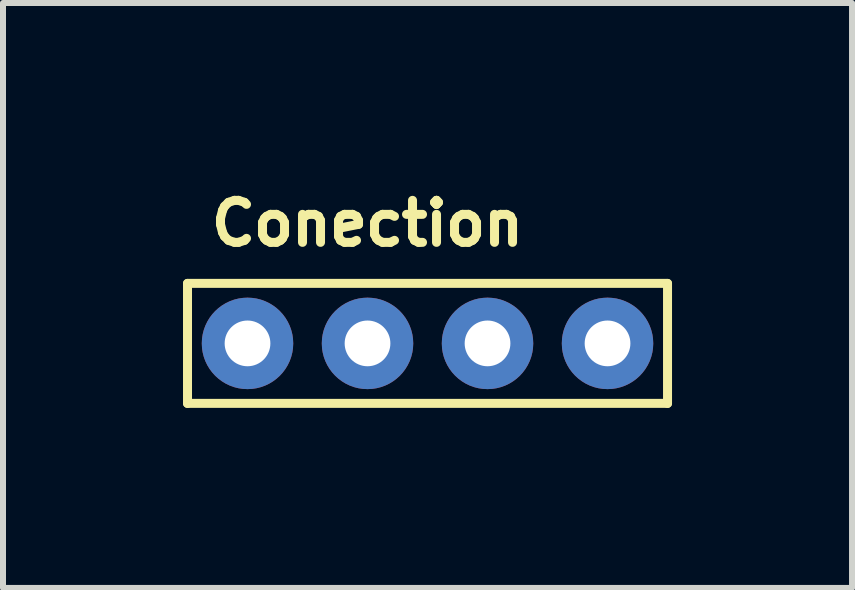
<source format=kicad_pcb>
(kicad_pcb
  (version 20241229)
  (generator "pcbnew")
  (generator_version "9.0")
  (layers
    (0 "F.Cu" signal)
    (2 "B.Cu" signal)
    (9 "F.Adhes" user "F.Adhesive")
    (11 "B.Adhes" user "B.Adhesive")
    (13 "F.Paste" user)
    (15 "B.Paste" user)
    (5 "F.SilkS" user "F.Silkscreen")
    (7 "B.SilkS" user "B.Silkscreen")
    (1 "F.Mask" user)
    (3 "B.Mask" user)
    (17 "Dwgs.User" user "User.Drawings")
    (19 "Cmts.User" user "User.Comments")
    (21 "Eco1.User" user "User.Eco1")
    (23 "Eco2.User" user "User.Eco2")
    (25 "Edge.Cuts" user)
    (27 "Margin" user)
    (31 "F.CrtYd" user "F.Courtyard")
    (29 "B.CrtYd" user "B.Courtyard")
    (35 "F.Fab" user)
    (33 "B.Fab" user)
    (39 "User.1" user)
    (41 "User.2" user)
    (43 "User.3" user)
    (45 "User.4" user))
  (footprint "Conection"
    (layer "F.Cu")
    (at 5.075 2.673)
    (property "Reference" "Conection" (at -2 -2 0) (layer "F.SilkS") (effects (font (size 0.7 0.7) (thickness 0.15))))
    (attr through_hole)
    (fp_line (start -5 -1) (end 3 -1) (stroke (width 0.15) (type solid)) (layer "F.SilkS"))
    (fp_line (start -5 1) (end -5 -1) (stroke (width 0.15) (type solid)) (layer "F.SilkS"))
    (fp_line (start 3 -1) (end 3 1) (stroke (width 0.15) (type solid)) (layer "F.SilkS"))
    (fp_line (start 3 1) (end -5 1) (stroke (width 0.15) (type solid)) (layer "F.SilkS"))
    (pad "1" thru_hole circle (at -4 0) (size 1.524 1.524) (drill 0.762) (layers "*.Cu" "*.Mask"))
    (pad "2" thru_hole circle (at -2 0) (size 1.524 1.524) (drill 0.762) (layers "*.Cu" "*.Mask"))
    (pad "3" thru_hole circle (at 0 0) (size 1.524 1.524) (drill 0.762) (layers "*.Cu" "*.Mask"))
    (pad "4" thru_hole circle (at 2 0) (size 1.524 1.524) (drill 0.762) (layers "*.Cu" "*.Mask")))
  (gr_rect
    (start -3 -3)
    (end 11.15 6.748)
    (stroke (width 0.1) (type default))
    (fill no)
    (layer "Edge.Cuts")))
</source>
